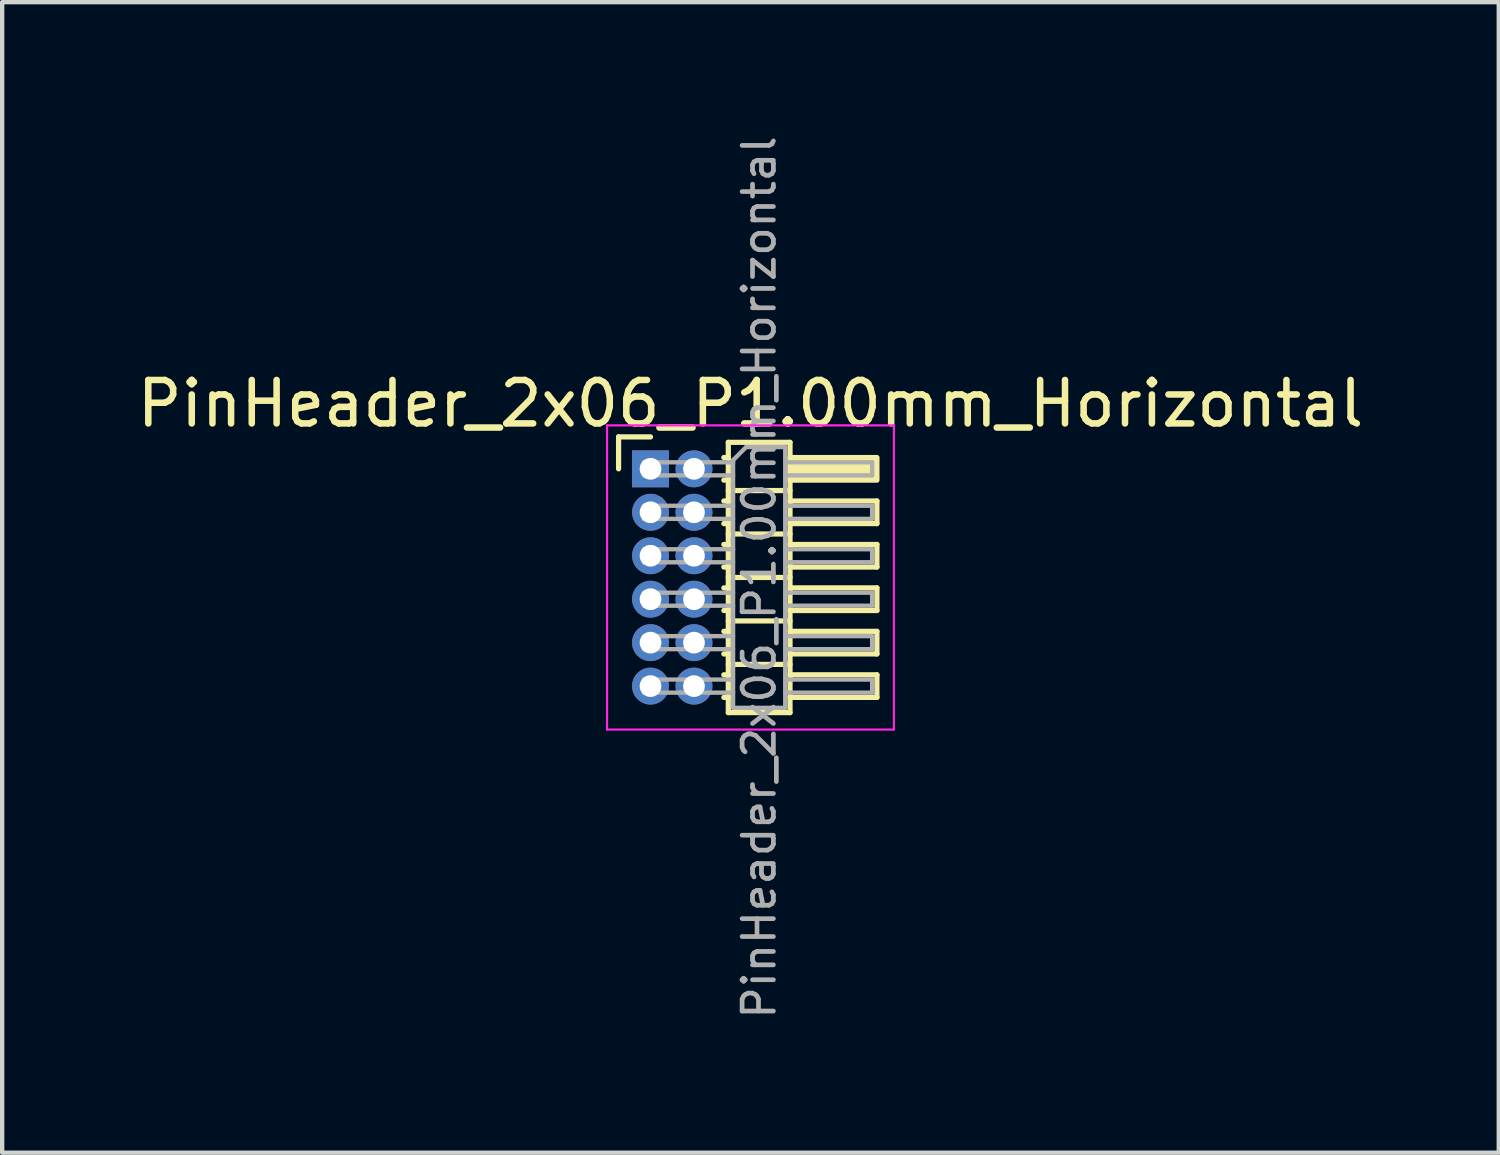
<source format=kicad_pcb>
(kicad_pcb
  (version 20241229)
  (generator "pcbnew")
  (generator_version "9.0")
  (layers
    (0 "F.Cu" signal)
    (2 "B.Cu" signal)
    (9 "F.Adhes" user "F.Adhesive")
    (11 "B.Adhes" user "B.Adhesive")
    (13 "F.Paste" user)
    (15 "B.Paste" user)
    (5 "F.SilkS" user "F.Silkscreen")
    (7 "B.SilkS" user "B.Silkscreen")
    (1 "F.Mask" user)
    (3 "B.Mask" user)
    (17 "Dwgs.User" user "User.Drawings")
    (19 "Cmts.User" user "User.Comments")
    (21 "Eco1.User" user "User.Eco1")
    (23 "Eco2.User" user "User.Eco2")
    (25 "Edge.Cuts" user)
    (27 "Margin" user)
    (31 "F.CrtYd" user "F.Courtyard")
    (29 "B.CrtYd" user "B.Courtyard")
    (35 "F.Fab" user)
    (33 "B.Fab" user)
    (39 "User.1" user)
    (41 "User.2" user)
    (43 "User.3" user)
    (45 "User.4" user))
  (footprint "PinHeader_2x06_P1.00mm_Horizontal"
    (layer "F.Cu")
    (at 11.92 7.739)
    (property "Reference" "PinHeader_2x06_P1.00mm_Horizontal" (at 2.3 -1.5 0) (layer "F.SilkS") (effects (font (size 1 1) (thickness 0.15))))
    (attr through_hole)
    (fp_line (start -0.735 -0.735) (end 0 -0.735) (stroke (width 0.12) (type solid)) (layer "F.SilkS"))
    (fp_line (start -0.735 0) (end -0.735 -0.735) (stroke (width 0.12) (type solid)) (layer "F.SilkS"))
    (fp_line (start 1.687 -0.26) (end 1.79 -0.26) (stroke (width 0.12) (type solid)) (layer "F.SilkS"))
    (fp_line (start 1.687 0.26) (end 1.79 0.26) (stroke (width 0.12) (type solid)) (layer "F.SilkS"))
    (fp_line (start 1.687 0.74) (end 1.79 0.74) (stroke (width 0.12) (type solid)) (layer "F.SilkS"))
    (fp_line (start 1.687 1.26) (end 1.79 1.26) (stroke (width 0.12) (type solid)) (layer "F.SilkS"))
    (fp_line (start 1.687 1.74) (end 1.79 1.74) (stroke (width 0.12) (type solid)) (layer "F.SilkS"))
    (fp_line (start 1.687 2.26) (end 1.79 2.26) (stroke (width 0.12) (type solid)) (layer "F.SilkS"))
    (fp_line (start 1.687 2.74) (end 1.79 2.74) (stroke (width 0.12) (type solid)) (layer "F.SilkS"))
    (fp_line (start 1.687 3.26) (end 1.79 3.26) (stroke (width 0.12) (type solid)) (layer "F.SilkS"))
    (fp_line (start 1.687 3.74) (end 1.79 3.74) (stroke (width 0.12) (type solid)) (layer "F.SilkS"))
    (fp_line (start 1.687 4.26) (end 1.79 4.26) (stroke (width 0.12) (type solid)) (layer "F.SilkS"))
    (fp_line (start 1.687 4.74) (end 1.79 4.74) (stroke (width 0.12) (type solid)) (layer "F.SilkS"))
    (fp_line (start 1.687 5.26) (end 1.79 5.26) (stroke (width 0.12) (type solid)) (layer "F.SilkS"))
    (fp_line (start 1.79 -0.61) (end 1.79 5.61) (stroke (width 0.12) (type solid)) (layer "F.SilkS"))
    (fp_line (start 1.79 0.5) (end 3.21 0.5) (stroke (width 0.12) (type solid)) (layer "F.SilkS"))
    (fp_line (start 1.79 1.5) (end 3.21 1.5) (stroke (width 0.12) (type solid)) (layer "F.SilkS"))
    (fp_line (start 1.79 2.5) (end 3.21 2.5) (stroke (width 0.12) (type solid)) (layer "F.SilkS"))
    (fp_line (start 1.79 3.5) (end 3.21 3.5) (stroke (width 0.12) (type solid)) (layer "F.SilkS"))
    (fp_line (start 1.79 4.5) (end 3.21 4.5) (stroke (width 0.12) (type solid)) (layer "F.SilkS"))
    (fp_line (start 1.79 5.61) (end 3.21 5.61) (stroke (width 0.12) (type solid)) (layer "F.SilkS"))
    (fp_line (start 3.21 -0.61) (end 1.79 -0.61) (stroke (width 0.12) (type solid)) (layer "F.SilkS"))
    (fp_line (start 3.21 0.74) (end 5.21 0.74) (stroke (width 0.12) (type solid)) (layer "F.SilkS"))
    (fp_line (start 3.21 1.74) (end 5.21 1.74) (stroke (width 0.12) (type solid)) (layer "F.SilkS"))
    (fp_line (start 3.21 2.74) (end 5.21 2.74) (stroke (width 0.12) (type solid)) (layer "F.SilkS"))
    (fp_line (start 3.21 3.74) (end 5.21 3.74) (stroke (width 0.12) (type solid)) (layer "F.SilkS"))
    (fp_line (start 3.21 4.74) (end 5.21 4.74) (stroke (width 0.12) (type solid)) (layer "F.SilkS"))
    (fp_line (start 3.21 5.61) (end 3.21 -0.61) (stroke (width 0.12) (type solid)) (layer "F.SilkS"))
    (fp_line (start 5.21 0.74) (end 5.21 1.26) (stroke (width 0.12) (type solid)) (layer "F.SilkS"))
    (fp_line (start 5.21 1.26) (end 3.21 1.26) (stroke (width 0.12) (type solid)) (layer "F.SilkS"))
    (fp_line (start 5.21 1.74) (end 5.21 2.26) (stroke (width 0.12) (type solid)) (layer "F.SilkS"))
    (fp_line (start 5.21 2.26) (end 3.21 2.26) (stroke (width 0.12) (type solid)) (layer "F.SilkS"))
    (fp_line (start 5.21 2.74) (end 5.21 3.26) (stroke (width 0.12) (type solid)) (layer "F.SilkS"))
    (fp_line (start 5.21 3.26) (end 3.21 3.26) (stroke (width 0.12) (type solid)) (layer "F.SilkS"))
    (fp_line (start 5.21 3.74) (end 5.21 4.26) (stroke (width 0.12) (type solid)) (layer "F.SilkS"))
    (fp_line (start 5.21 4.26) (end 3.21 4.26) (stroke (width 0.12) (type solid)) (layer "F.SilkS"))
    (fp_line (start 5.21 4.74) (end 5.21 5.26) (stroke (width 0.12) (type solid)) (layer "F.SilkS"))
    (fp_line (start 5.21 5.26) (end 3.21 5.26) (stroke (width 0.12) (type solid)) (layer "F.SilkS"))
    (fp_rect (start 3.21 -0.26) (end 5.21 0.26) (stroke (width 0.12) (type solid)) (fill yes) (layer "F.SilkS"))
    (fp_line (start -1 -1) (end -1 6) (stroke (width 0.05) (type solid)) (layer "F.CrtYd"))
    (fp_line (start -1 6) (end 5.6 6) (stroke (width 0.05) (type solid)) (layer "F.CrtYd"))
    (fp_line (start 5.6 -1) (end -1 -1) (stroke (width 0.05) (type solid)) (layer "F.CrtYd"))
    (fp_line (start 5.6 6) (end 5.6 -1) (stroke (width 0.05) (type solid)) (layer "F.CrtYd"))
    (fp_line (start -0.15 -0.15) (end -0.15 0.15) (stroke (width 0.1) (type solid)) (layer "F.Fab"))
    (fp_line (start -0.15 -0.15) (end 1.9 -0.15) (stroke (width 0.1) (type solid)) (layer "F.Fab"))
    (fp_line (start -0.15 0.15) (end 1.9 0.15) (stroke (width 0.1) (type solid)) (layer "F.Fab"))
    (fp_line (start -0.15 0.85) (end -0.15 1.15) (stroke (width 0.1) (type solid)) (layer "F.Fab"))
    (fp_line (start -0.15 0.85) (end 1.9 0.85) (stroke (width 0.1) (type solid)) (layer "F.Fab"))
    (fp_line (start -0.15 1.15) (end 1.9 1.15) (stroke (width 0.1) (type solid)) (layer "F.Fab"))
    (fp_line (start -0.15 1.85) (end -0.15 2.15) (stroke (width 0.1) (type solid)) (layer "F.Fab"))
    (fp_line (start -0.15 1.85) (end 1.9 1.85) (stroke (width 0.1) (type solid)) (layer "F.Fab"))
    (fp_line (start -0.15 2.15) (end 1.9 2.15) (stroke (width 0.1) (type solid)) (layer "F.Fab"))
    (fp_line (start -0.15 2.85) (end -0.15 3.15) (stroke (width 0.1) (type solid)) (layer "F.Fab"))
    (fp_line (start -0.15 2.85) (end 1.9 2.85) (stroke (width 0.1) (type solid)) (layer "F.Fab"))
    (fp_line (start -0.15 3.15) (end 1.9 3.15) (stroke (width 0.1) (type solid)) (layer "F.Fab"))
    (fp_line (start -0.15 3.85) (end -0.15 4.15) (stroke (width 0.1) (type solid)) (layer "F.Fab"))
    (fp_line (start -0.15 3.85) (end 1.9 3.85) (stroke (width 0.1) (type solid)) (layer "F.Fab"))
    (fp_line (start -0.15 4.15) (end 1.9 4.15) (stroke (width 0.1) (type solid)) (layer "F.Fab"))
    (fp_line (start -0.15 4.85) (end -0.15 5.15) (stroke (width 0.1) (type solid)) (layer "F.Fab"))
    (fp_line (start -0.15 4.85) (end 1.9 4.85) (stroke (width 0.1) (type solid)) (layer "F.Fab"))
    (fp_line (start -0.15 5.15) (end 1.9 5.15) (stroke (width 0.1) (type solid)) (layer "F.Fab"))
    (fp_line (start 1.9 -0.2) (end 2.2 -0.5) (stroke (width 0.1) (type solid)) (layer "F.Fab"))
    (fp_line (start 1.9 5.5) (end 1.9 -0.2) (stroke (width 0.1) (type solid)) (layer "F.Fab"))
    (fp_line (start 2.2 -0.5) (end 3.1 -0.5) (stroke (width 0.1) (type solid)) (layer "F.Fab"))
    (fp_line (start 3.1 -0.5) (end 3.1 5.5) (stroke (width 0.1) (type solid)) (layer "F.Fab"))
    (fp_line (start 3.1 -0.15) (end 5.1 -0.15) (stroke (width 0.1) (type solid)) (layer "F.Fab"))
    (fp_line (start 3.1 0.15) (end 5.1 0.15) (stroke (width 0.1) (type solid)) (layer "F.Fab"))
    (fp_line (start 3.1 0.85) (end 5.1 0.85) (stroke (width 0.1) (type solid)) (layer "F.Fab"))
    (fp_line (start 3.1 1.15) (end 5.1 1.15) (stroke (width 0.1) (type solid)) (layer "F.Fab"))
    (fp_line (start 3.1 1.85) (end 5.1 1.85) (stroke (width 0.1) (type solid)) (layer "F.Fab"))
    (fp_line (start 3.1 2.15) (end 5.1 2.15) (stroke (width 0.1) (type solid)) (layer "F.Fab"))
    (fp_line (start 3.1 2.85) (end 5.1 2.85) (stroke (width 0.1) (type solid)) (layer "F.Fab"))
    (fp_line (start 3.1 3.15) (end 5.1 3.15) (stroke (width 0.1) (type solid)) (layer "F.Fab"))
    (fp_line (start 3.1 3.85) (end 5.1 3.85) (stroke (width 0.1) (type solid)) (layer "F.Fab"))
    (fp_line (start 3.1 4.15) (end 5.1 4.15) (stroke (width 0.1) (type solid)) (layer "F.Fab"))
    (fp_line (start 3.1 4.85) (end 5.1 4.85) (stroke (width 0.1) (type solid)) (layer "F.Fab"))
    (fp_line (start 3.1 5.15) (end 5.1 5.15) (stroke (width 0.1) (type solid)) (layer "F.Fab"))
    (fp_line (start 3.1 5.5) (end 1.9 5.5) (stroke (width 0.1) (type solid)) (layer "F.Fab"))
    (fp_line (start 5.1 -0.15) (end 5.1 0.15) (stroke (width 0.1) (type solid)) (layer "F.Fab"))
    (fp_line (start 5.1 0.85) (end 5.1 1.15) (stroke (width 0.1) (type solid)) (layer "F.Fab"))
    (fp_line (start 5.1 1.85) (end 5.1 2.15) (stroke (width 0.1) (type solid)) (layer "F.Fab"))
    (fp_line (start 5.1 2.85) (end 5.1 3.15) (stroke (width 0.1) (type solid)) (layer "F.Fab"))
    (fp_line (start 5.1 3.85) (end 5.1 4.15) (stroke (width 0.1) (type solid)) (layer "F.Fab"))
    (fp_line (start 5.1 4.85) (end 5.1 5.15) (stroke (width 0.1) (type solid)) (layer "F.Fab"))
    (fp_text user "${REFERENCE}" (at 2.5 2.5 90) (layer "F.Fab") (effects (font (size 0.72 0.72) (thickness 0.108))))
    (pad "1" thru_hole rect (at 0 0) (size 0.85 0.85) (drill 0.5) (layers "*.Cu" "*.Mask"))
    (pad "2" thru_hole circle (at 1 0) (size 0.85 0.85) (drill 0.5) (layers "*.Cu" "*.Mask"))
    (pad "3" thru_hole circle (at 0 1) (size 0.85 0.85) (drill 0.5) (layers "*.Cu" "*.Mask"))
    (pad "4" thru_hole circle (at 1 1) (size 0.85 0.85) (drill 0.5) (layers "*.Cu" "*.Mask"))
    (pad "5" thru_hole circle (at 0 2) (size 0.85 0.85) (drill 0.5) (layers "*.Cu" "*.Mask"))
    (pad "6" thru_hole circle (at 1 2) (size 0.85 0.85) (drill 0.5) (layers "*.Cu" "*.Mask"))
    (pad "7" thru_hole circle (at 0 3) (size 0.85 0.85) (drill 0.5) (layers "*.Cu" "*.Mask"))
    (pad "8" thru_hole circle (at 1 3) (size 0.85 0.85) (drill 0.5) (layers "*.Cu" "*.Mask"))
    (pad "9" thru_hole circle (at 0 4) (size 0.85 0.85) (drill 0.5) (layers "*.Cu" "*.Mask"))
    (pad "10" thru_hole circle (at 1 4) (size 0.85 0.85) (drill 0.5) (layers "*.Cu" "*.Mask"))
    (pad "11" thru_hole circle (at 0 5) (size 0.85 0.85) (drill 0.5) (layers "*.Cu" "*.Mask"))
    (pad "12" thru_hole circle (at 1 5) (size 0.85 0.85) (drill 0.5) (layers "*.Cu" "*.Mask")))
  (gr_rect
    (start -3 -3)
    (end 31.44 23.477)
    (stroke (width 0.1) (type default))
    (fill no)
    (layer "Edge.Cuts")))
</source>
